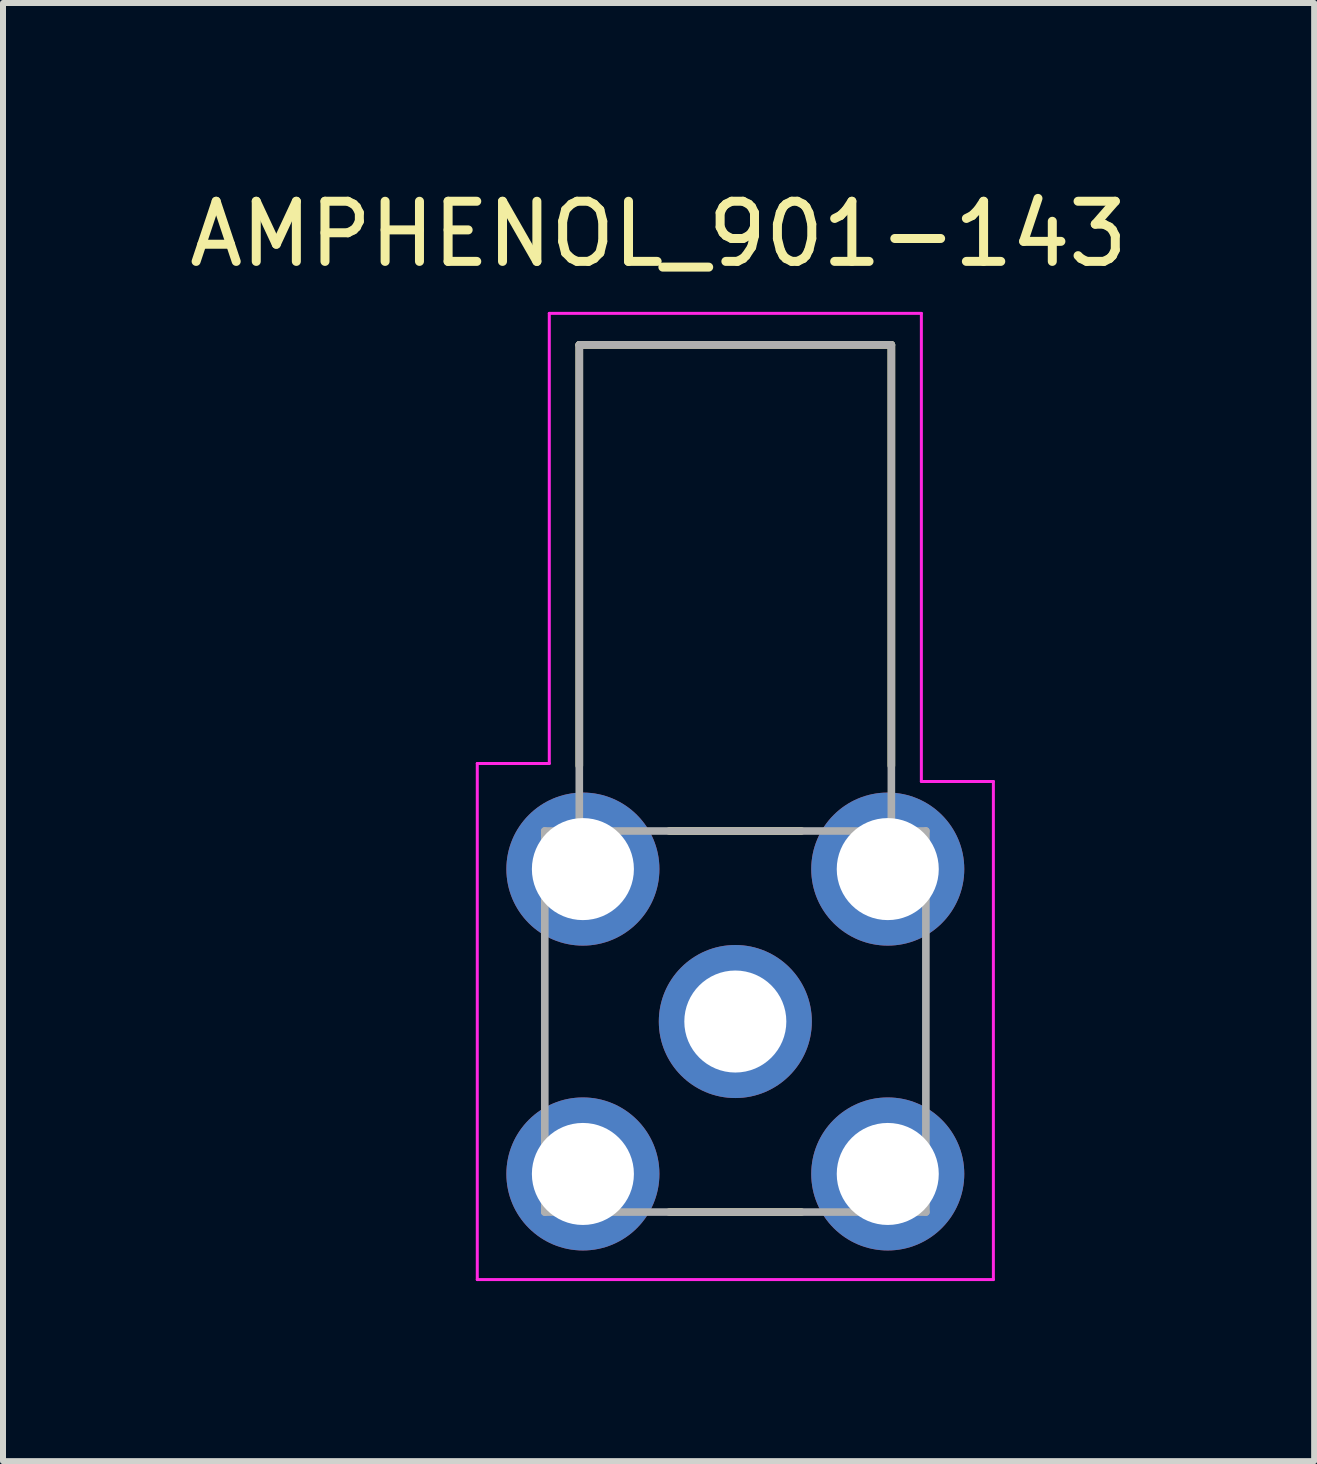
<source format=kicad_pcb>
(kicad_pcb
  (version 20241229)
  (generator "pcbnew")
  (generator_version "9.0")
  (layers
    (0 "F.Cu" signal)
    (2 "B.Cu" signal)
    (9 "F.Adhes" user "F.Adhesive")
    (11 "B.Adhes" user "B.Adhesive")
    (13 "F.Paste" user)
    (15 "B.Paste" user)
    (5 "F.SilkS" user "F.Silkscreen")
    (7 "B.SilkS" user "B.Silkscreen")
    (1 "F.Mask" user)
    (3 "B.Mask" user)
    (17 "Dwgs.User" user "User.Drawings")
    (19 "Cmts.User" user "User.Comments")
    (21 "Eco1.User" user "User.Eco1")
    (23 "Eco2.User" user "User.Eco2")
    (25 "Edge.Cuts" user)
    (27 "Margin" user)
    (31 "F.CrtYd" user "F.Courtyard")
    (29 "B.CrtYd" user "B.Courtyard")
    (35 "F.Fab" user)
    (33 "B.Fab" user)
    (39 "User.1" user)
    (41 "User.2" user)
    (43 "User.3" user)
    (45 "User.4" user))
  (footprint "AMPHENOL_901-143"
    (layer "F.Cu")
    (at 9.203 13.972)
    (property "Reference" "AMPHENOL_901-143" (at -1.279 -13.122 0) (layer "F.SilkS") (effects (font (size 1.002 1.002) (thickness 0.15))))
    (attr through_hole)
    (fp_line (start -2.6 -11.275) (end -2.6 -4.262) (stroke (width 0.127) (type solid)) (layer "F.SilkS"))
    (fp_line (start -1.1 3.175) (end 1.1 3.175) (stroke (width 0.127) (type solid)) (layer "F.SilkS"))
    (fp_line (start 1.1 -3.175) (end -1.1 -3.175) (stroke (width 0.127) (type solid)) (layer "F.SilkS"))
    (fp_line (start 2.6 -11.275) (end -2.6 -11.275) (stroke (width 0.127) (type solid)) (layer "F.SilkS"))
    (fp_line (start 2.6 -4.262) (end 2.6 -11.275) (stroke (width 0.127) (type solid)) (layer "F.SilkS"))
    (fp_line (start -4.3 -4.3) (end -3.1 -4.3) (stroke (width 0.05) (type solid)) (layer "F.CrtYd"))
    (fp_line (start -4.3 4.3) (end -4.3 -4.3) (stroke (width 0.05) (type solid)) (layer "F.CrtYd"))
    (fp_line (start -3.1 -11.8) (end 3.1 -11.8) (stroke (width 0.05) (type solid)) (layer "F.CrtYd"))
    (fp_line (start -3.1 -4.3) (end -3.1 -11.8) (stroke (width 0.05) (type solid)) (layer "F.CrtYd"))
    (fp_line (start 3.1 -11.8) (end 3.1 -4) (stroke (width 0.05) (type solid)) (layer "F.CrtYd"))
    (fp_line (start 3.1 -4) (end 4.3 -4) (stroke (width 0.05) (type solid)) (layer "F.CrtYd"))
    (fp_line (start 4.3 -4) (end 4.3 4.3) (stroke (width 0.05) (type solid)) (layer "F.CrtYd"))
    (fp_line (start 4.3 4.3) (end -4.3 4.3) (stroke (width 0.05) (type solid)) (layer "F.CrtYd"))
    (fp_line (start -3.175 -3.175) (end -3.175 3.175) (stroke (width 0.127) (type solid)) (layer "F.Fab"))
    (fp_line (start -3.175 3.175) (end 3.175 3.175) (stroke (width 0.127) (type solid)) (layer "F.Fab"))
    (fp_line (start -2.6 -11.275) (end -2.6 -3.175) (stroke (width 0.127) (type solid)) (layer "F.Fab"))
    (fp_line (start -2.6 -3.175) (end -3.175 -3.175) (stroke (width 0.127) (type solid)) (layer "F.Fab"))
    (fp_line (start -2.6 -3.175) (end 2.6 -3.175) (stroke (width 0.127) (type solid)) (layer "F.Fab"))
    (fp_line (start 2.6 -11.275) (end -2.6 -11.275) (stroke (width 0.127) (type solid)) (layer "F.Fab"))
    (fp_line (start 2.6 -3.175) (end 2.6 -11.275) (stroke (width 0.127) (type solid)) (layer "F.Fab"))
    (fp_line (start 3.175 -3.175) (end 2.6 -3.175) (stroke (width 0.127) (type solid)) (layer "F.Fab"))
    (fp_line (start 3.175 3.175) (end 3.175 -3.175) (stroke (width 0.127) (type solid)) (layer "F.Fab"))
    (pad "1" thru_hole circle (at 0 0) (size 2.55 2.55) (drill 1.7) (layers "*.Cu" "*.Mask"))
    (pad "2" thru_hole circle (at -2.54 -2.54) (size 2.55 2.55) (drill 1.7) (layers "*.Cu" "*.Mask"))
    (pad "3" thru_hole circle (at -2.54 2.54) (size 2.55 2.55) (drill 1.7) (layers "*.Cu" "*.Mask"))
    (pad "4" thru_hole circle (at 2.54 2.54) (size 2.55 2.55) (drill 1.7) (layers "*.Cu" "*.Mask"))
    (pad "5" thru_hole circle (at 2.54 -2.54) (size 2.55 2.55) (drill 1.7) (layers "*.Cu" "*.Mask")))
  (gr_rect
    (start -3 -3)
    (end 18.848 21.297)
    (stroke (width 0.1) (type default))
    (fill no)
    (layer "Edge.Cuts")))
</source>
